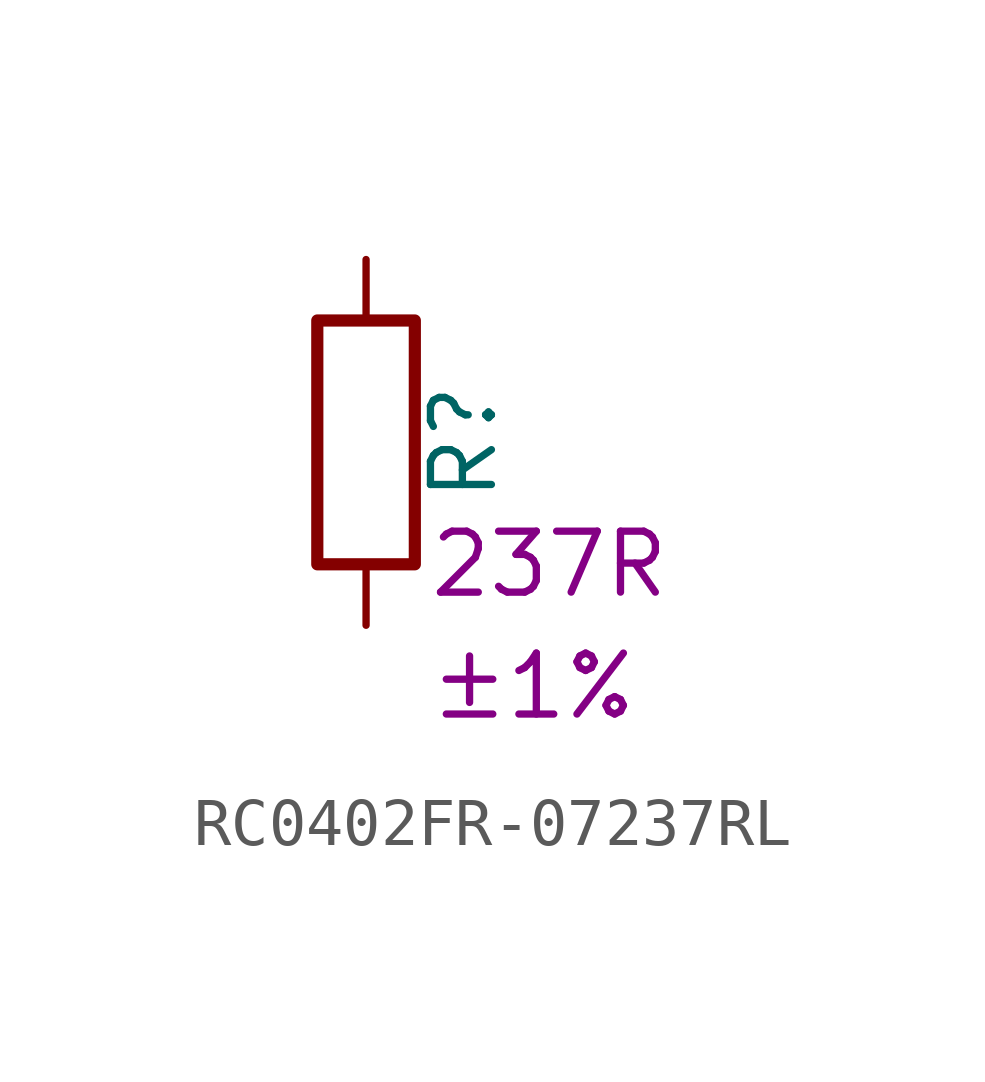
<source format=kicad_sym>
(kicad_symbol_lib
  (version 20220914)
  (generator kicad_symbol_editor)
  (symbol "RC0402FR-07237RL"
    (pin_numbers hide)
    (pin_names
      (offset 0))
    (property "Reference" "R"
      (at 2.032 0 90)
      (effects (font (size 1.27 1.27))))
    (property "Resistance" "237R"
      (at 1.27 -2.54 0)
      (effects (font (size 1.27 1.27)) (justify left)))
    (property "Tolerance" "±1%"
      (at 1.27 -5.08 0)
      (effects (font (size 1.27 1.27)) (justify left)))
    (symbol "RC0402FR-07237RL_0_1"
      (rectangle (start -1.016 -2.54) (end 1.016 2.54) (stroke (width 0.254) (type default)) (fill (type none))))
    (symbol "RC0402FR-07237RL_1_1"
      (pin passive line (at 0 3.81 270) (length 1.27) (name "~" (effects (font (size 1.27 1.27)))) (number "1" (effects (font (size 1.27 1.27)))))
      (pin passive line (at 0 -3.81 90) (length 1.27) (name "~" (effects (font (size 1.27 1.27)))) (number "2" (effects (font (size 1.27 1.27))))))))
</source>
